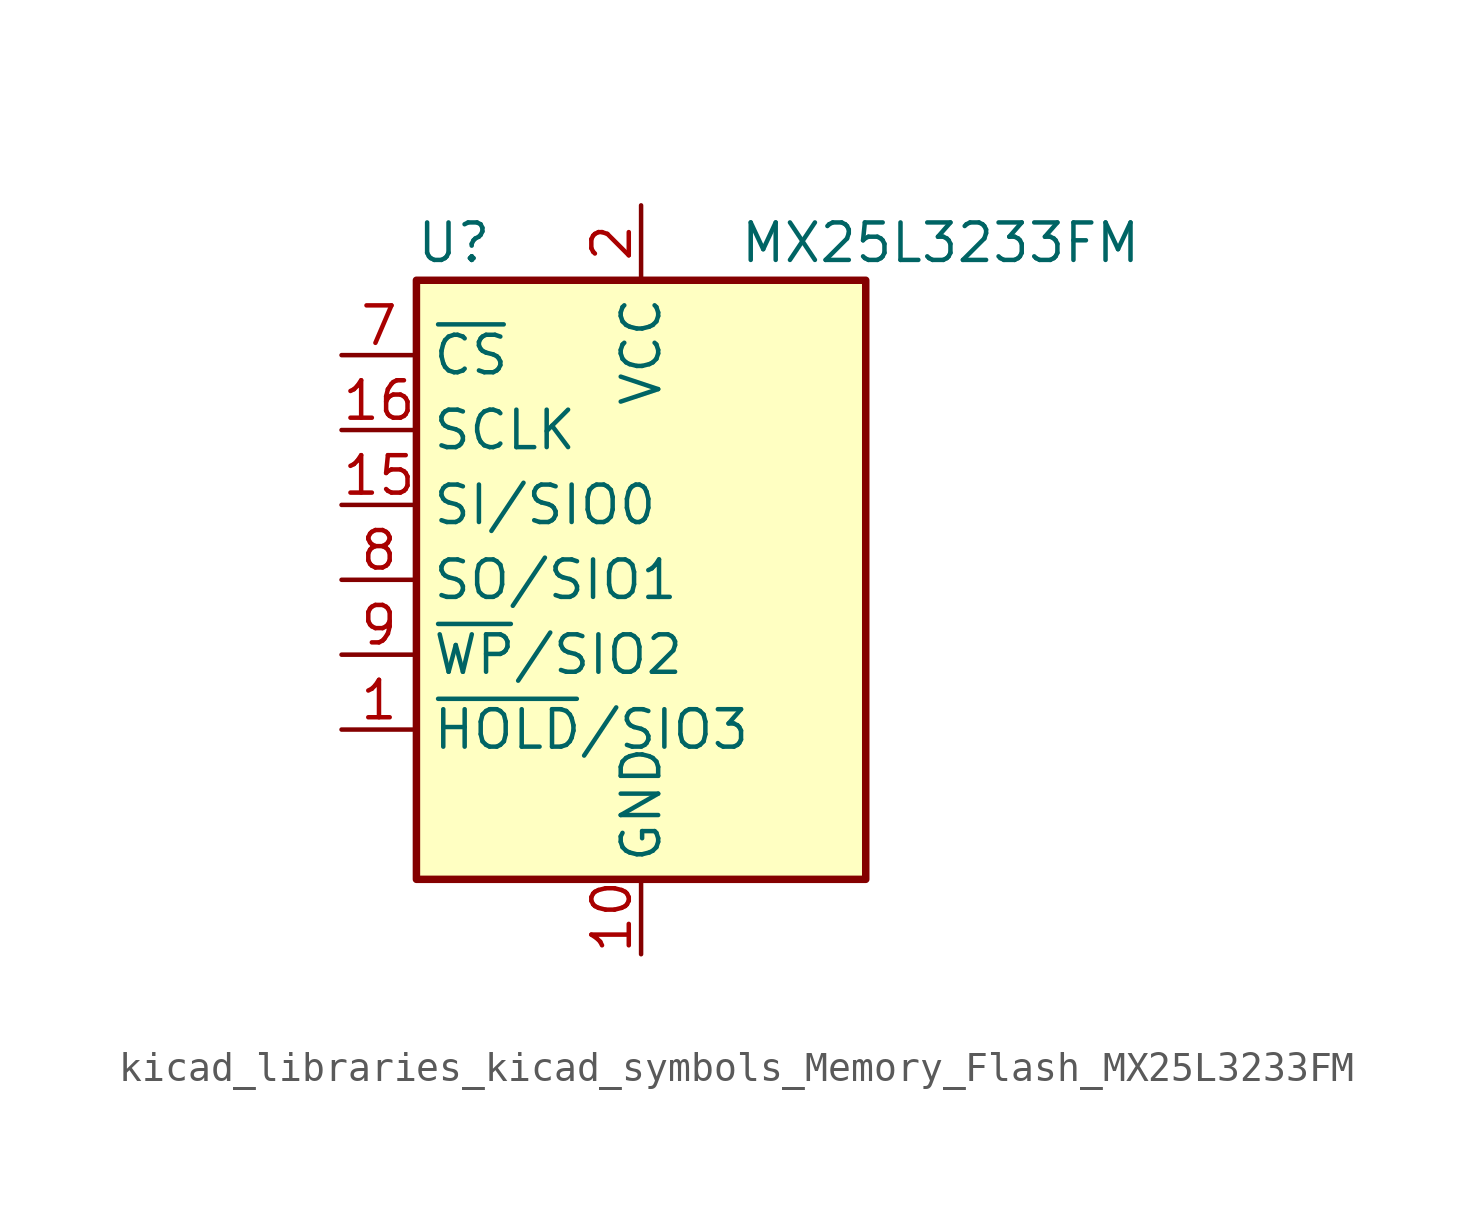
<source format=kicad_sym>
(kicad_symbol_lib
  (version 20220914)
  (generator kicad_symbol_editor)
  (symbol "kicad_libraries_kicad_symbols_Memory_Flash_MX25L3233FM"
    (property "Reference" "U"
      (at -6.35 11.43 0)
      (effects (font (size 1.27 1.27))))
    (property "Value" "MX25L3233FM"
      (at 10.16 11.43 0)
      (effects (font (size 1.27 1.27))))
    (symbol "kicad_libraries_kicad_symbols_Memory_Flash_MX25L3233FM_0_1"
      (rectangle (start -7.62 10.16) (end 7.62 -10.16) (stroke (width 0.254) (type default)) (fill (type background))))
    (symbol "kicad_libraries_kicad_symbols_Memory_Flash_MX25L3233FM_1_1"
      (pin bidirectional line (at -10.16 -5.08 0) (length 2.54) (name "~{HOLD}/SIO3" (effects (font (size 1.27 1.27)))) (number "1" (effects (font (size 1.27 1.27)))))
      (pin power_in line (at 0 -12.7 90) (length 2.54) (name "GND" (effects (font (size 1.27 1.27)))) (number "10" (effects (font (size 1.27 1.27)))))
      (pin bidirectional line (at -10.16 2.54 0) (length 2.54) (name "SI/SIO0" (effects (font (size 1.27 1.27)))) (number "15" (effects (font (size 1.27 1.27)))))
      (pin input line (at -10.16 5.08 0) (length 2.54) (name "SCLK" (effects (font (size 1.27 1.27)))) (number "16" (effects (font (size 1.27 1.27)))))
      (pin power_in line (at 0 12.7 270) (length 2.54) (name "VCC" (effects (font (size 1.27 1.27)))) (number "2" (effects (font (size 1.27 1.27)))))
      (pin input line (at -10.16 7.62 0) (length 2.54) (name "~{CS}" (effects (font (size 1.27 1.27)))) (number "7" (effects (font (size 1.27 1.27)))))
      (pin bidirectional line (at -10.16 0 0) (length 2.54) (name "SO/SIO1" (effects (font (size 1.27 1.27)))) (number "8" (effects (font (size 1.27 1.27)))))
      (pin bidirectional line (at -10.16 -2.54 0) (length 2.54) (name "~{WP}/SIO2" (effects (font (size 1.27 1.27)))) (number "9" (effects (font (size 1.27 1.27))))))))
</source>
